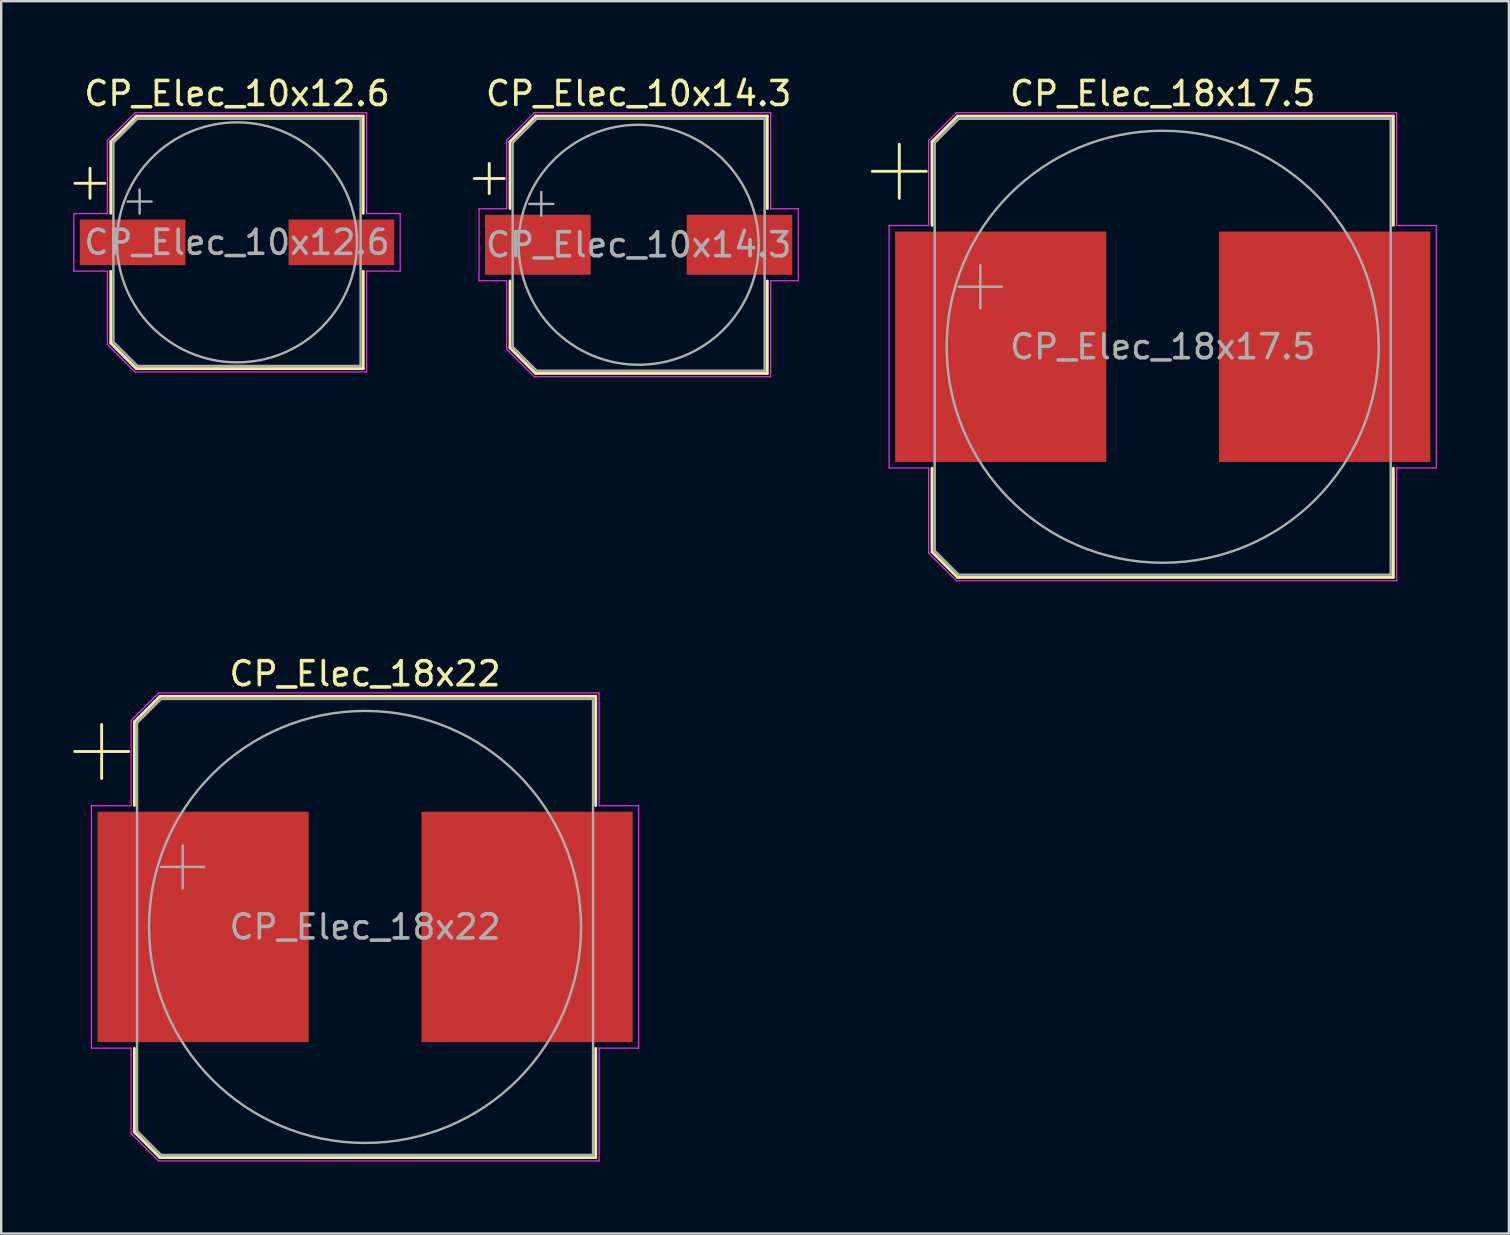
<source format=kicad_pcb>
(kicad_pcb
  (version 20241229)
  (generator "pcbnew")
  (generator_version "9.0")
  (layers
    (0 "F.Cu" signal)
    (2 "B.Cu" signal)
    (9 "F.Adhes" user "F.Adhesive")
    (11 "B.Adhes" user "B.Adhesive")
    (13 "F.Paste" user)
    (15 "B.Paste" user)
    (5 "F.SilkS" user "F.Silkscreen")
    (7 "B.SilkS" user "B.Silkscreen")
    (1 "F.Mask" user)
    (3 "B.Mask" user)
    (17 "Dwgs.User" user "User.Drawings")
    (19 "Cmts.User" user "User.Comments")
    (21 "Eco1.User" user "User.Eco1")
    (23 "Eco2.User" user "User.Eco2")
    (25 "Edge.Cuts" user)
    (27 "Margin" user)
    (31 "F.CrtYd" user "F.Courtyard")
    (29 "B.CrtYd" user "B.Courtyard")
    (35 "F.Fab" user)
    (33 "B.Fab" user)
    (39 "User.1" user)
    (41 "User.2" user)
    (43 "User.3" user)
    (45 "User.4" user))
  (footprint "CP_Elec_10x12.6"
    (layer "F.Cu")
    (at 6.825 7.048)
    (property "Reference" "CP_Elec_10x12.6" (at 0 -6.2 0) (layer "F.SilkS") (effects (font (size 1 1) (thickness 0.15))))
    (attr smd)
    (fp_line (start -6.75 -2.46) (end -5.5 -2.46) (stroke (width 0.12) (type solid)) (layer "F.SilkS"))
    (fp_line (start -6.125 -3.085) (end -6.125 -1.835) (stroke (width 0.12) (type solid)) (layer "F.SilkS"))
    (fp_line (start -5.26 -4.196) (end -5.26 -1.21) (stroke (width 0.12) (type solid)) (layer "F.SilkS"))
    (fp_line (start -5.26 -4.196) (end -4.196 -5.26) (stroke (width 0.12) (type solid)) (layer "F.SilkS"))
    (fp_line (start -5.26 4.196) (end -5.26 1.21) (stroke (width 0.12) (type solid)) (layer "F.SilkS"))
    (fp_line (start -5.26 4.196) (end -4.196 5.26) (stroke (width 0.12) (type solid)) (layer "F.SilkS"))
    (fp_line (start -4.196 -5.26) (end 5.26 -5.26) (stroke (width 0.12) (type solid)) (layer "F.SilkS"))
    (fp_line (start -4.196 5.26) (end 5.26 5.26) (stroke (width 0.12) (type solid)) (layer "F.SilkS"))
    (fp_line (start 5.26 -5.26) (end 5.26 -1.21) (stroke (width 0.12) (type solid)) (layer "F.SilkS"))
    (fp_line (start 5.26 5.26) (end 5.26 1.21) (stroke (width 0.12) (type solid)) (layer "F.SilkS"))
    (fp_line (start -6.8 -1.2) (end -6.8 1.2) (stroke (width 0.05) (type solid)) (layer "F.CrtYd"))
    (fp_line (start -6.8 1.2) (end -5.4 1.2) (stroke (width 0.05) (type solid)) (layer "F.CrtYd"))
    (fp_line (start -5.4 -4.25) (end -5.4 -1.2) (stroke (width 0.05) (type solid)) (layer "F.CrtYd"))
    (fp_line (start -5.4 -4.25) (end -4.25 -5.4) (stroke (width 0.05) (type solid)) (layer "F.CrtYd"))
    (fp_line (start -5.4 -1.2) (end -6.8 -1.2) (stroke (width 0.05) (type solid)) (layer "F.CrtYd"))
    (fp_line (start -5.4 1.2) (end -5.4 4.25) (stroke (width 0.05) (type solid)) (layer "F.CrtYd"))
    (fp_line (start -5.4 4.25) (end -4.25 5.4) (stroke (width 0.05) (type solid)) (layer "F.CrtYd"))
    (fp_line (start -4.25 -5.4) (end 5.4 -5.4) (stroke (width 0.05) (type solid)) (layer "F.CrtYd"))
    (fp_line (start -4.25 5.4) (end 5.4 5.4) (stroke (width 0.05) (type solid)) (layer "F.CrtYd"))
    (fp_line (start 5.4 -5.4) (end 5.4 -1.2) (stroke (width 0.05) (type solid)) (layer "F.CrtYd"))
    (fp_line (start 5.4 -1.2) (end 6.8 -1.2) (stroke (width 0.05) (type solid)) (layer "F.CrtYd"))
    (fp_line (start 5.4 1.2) (end 5.4 5.4) (stroke (width 0.05) (type solid)) (layer "F.CrtYd"))
    (fp_line (start 6.8 -1.2) (end 6.8 1.2) (stroke (width 0.05) (type solid)) (layer "F.CrtYd"))
    (fp_line (start 6.8 1.2) (end 5.4 1.2) (stroke (width 0.05) (type solid)) (layer "F.CrtYd"))
    (fp_line (start -5.15 -4.15) (end -5.15 4.15) (stroke (width 0.1) (type solid)) (layer "F.Fab"))
    (fp_line (start -5.15 -4.15) (end -4.15 -5.15) (stroke (width 0.1) (type solid)) (layer "F.Fab"))
    (fp_line (start -5.15 4.15) (end -4.15 5.15) (stroke (width 0.1) (type solid)) (layer "F.Fab"))
    (fp_line (start -4.558 -1.7) (end -3.558 -1.7) (stroke (width 0.1) (type solid)) (layer "F.Fab"))
    (fp_line (start -4.15 -5.15) (end 5.15 -5.15) (stroke (width 0.1) (type solid)) (layer "F.Fab"))
    (fp_line (start -4.15 5.15) (end 5.15 5.15) (stroke (width 0.1) (type solid)) (layer "F.Fab"))
    (fp_line (start -4.058 -2.2) (end -4.058 -1.2) (stroke (width 0.1) (type solid)) (layer "F.Fab"))
    (fp_line (start 5.15 -5.15) (end 5.15 5.15) (stroke (width 0.1) (type solid)) (layer "F.Fab"))
    (fp_circle (center 0 0) (end 5 0) (stroke (width 0.1) (type solid)) (fill no) (layer "F.Fab"))
    (fp_text user "${REFERENCE}" (at 0 0 0) (layer "F.Fab") (effects (font (size 1 1) (thickness 0.15))))
    (pad "1" smd rect (at -4.35 0) (size 4.4 1.9) (layers "F.Cu" "F.Mask" "F.Paste"))
    (pad "2" smd rect (at 4.35 0) (size 4.4 1.9) (layers "F.Cu" "F.Mask" "F.Paste")))
  (footprint "CP_Elec_18x22"
    (layer "F.Cu")
    (at 12.16 35.572)
    (property "Reference" "CP_Elec_18x22" (at 0 -10.55 0) (layer "F.SilkS") (effects (font (size 1 1) (thickness 0.15))))
    (attr smd)
    (fp_line (start -12.1 -7.31) (end -9.85 -7.31) (stroke (width 0.12) (type solid)) (layer "F.SilkS"))
    (fp_line (start -10.975 -8.435) (end -10.975 -6.185) (stroke (width 0.12) (type solid)) (layer "F.SilkS"))
    (fp_line (start -9.61 -8.546) (end -9.61 -5.06) (stroke (width 0.12) (type solid)) (layer "F.SilkS"))
    (fp_line (start -9.61 -8.546) (end -8.546 -9.61) (stroke (width 0.12) (type solid)) (layer "F.SilkS"))
    (fp_line (start -9.61 8.546) (end -9.61 5.06) (stroke (width 0.12) (type solid)) (layer "F.SilkS"))
    (fp_line (start -9.61 8.546) (end -8.546 9.61) (stroke (width 0.12) (type solid)) (layer "F.SilkS"))
    (fp_line (start -8.546 -9.61) (end 9.61 -9.61) (stroke (width 0.12) (type solid)) (layer "F.SilkS"))
    (fp_line (start -8.546 9.61) (end 9.61 9.61) (stroke (width 0.12) (type solid)) (layer "F.SilkS"))
    (fp_line (start 9.61 -9.61) (end 9.61 -5.06) (stroke (width 0.12) (type solid)) (layer "F.SilkS"))
    (fp_line (start 9.61 9.61) (end 9.61 5.06) (stroke (width 0.12) (type solid)) (layer "F.SilkS"))
    (fp_line (start -11.4 -5.05) (end -11.4 5.05) (stroke (width 0.05) (type solid)) (layer "F.CrtYd"))
    (fp_line (start -11.4 5.05) (end -9.75 5.05) (stroke (width 0.05) (type solid)) (layer "F.CrtYd"))
    (fp_line (start -9.75 -8.6) (end -9.75 -5.05) (stroke (width 0.05) (type solid)) (layer "F.CrtYd"))
    (fp_line (start -9.75 -8.6) (end -8.6 -9.75) (stroke (width 0.05) (type solid)) (layer "F.CrtYd"))
    (fp_line (start -9.75 -5.05) (end -11.4 -5.05) (stroke (width 0.05) (type solid)) (layer "F.CrtYd"))
    (fp_line (start -9.75 5.05) (end -9.75 8.6) (stroke (width 0.05) (type solid)) (layer "F.CrtYd"))
    (fp_line (start -9.75 8.6) (end -8.6 9.75) (stroke (width 0.05) (type solid)) (layer "F.CrtYd"))
    (fp_line (start -8.6 -9.75) (end 9.75 -9.75) (stroke (width 0.05) (type solid)) (layer "F.CrtYd"))
    (fp_line (start -8.6 9.75) (end 9.75 9.75) (stroke (width 0.05) (type solid)) (layer "F.CrtYd"))
    (fp_line (start 9.75 -9.75) (end 9.75 -5.05) (stroke (width 0.05) (type solid)) (layer "F.CrtYd"))
    (fp_line (start 9.75 -5.05) (end 11.4 -5.05) (stroke (width 0.05) (type solid)) (layer "F.CrtYd"))
    (fp_line (start 9.75 5.05) (end 9.75 9.75) (stroke (width 0.05) (type solid)) (layer "F.CrtYd"))
    (fp_line (start 11.4 -5.05) (end 11.4 5.05) (stroke (width 0.05) (type solid)) (layer "F.CrtYd"))
    (fp_line (start 11.4 5.05) (end 9.75 5.05) (stroke (width 0.05) (type solid)) (layer "F.CrtYd"))
    (fp_line (start -9.5 -8.5) (end -9.5 8.5) (stroke (width 0.1) (type solid)) (layer "F.Fab"))
    (fp_line (start -9.5 -8.5) (end -8.5 -9.5) (stroke (width 0.1) (type solid)) (layer "F.Fab"))
    (fp_line (start -9.5 8.5) (end -8.5 9.5) (stroke (width 0.1) (type solid)) (layer "F.Fab"))
    (fp_line (start -8.5 -9.5) (end 9.5 -9.5) (stroke (width 0.1) (type solid)) (layer "F.Fab"))
    (fp_line (start -8.5 9.5) (end 9.5 9.5) (stroke (width 0.1) (type solid)) (layer "F.Fab"))
    (fp_line (start -8.499 -2.5) (end -6.699 -2.5) (stroke (width 0.1) (type solid)) (layer "F.Fab"))
    (fp_line (start -7.599 -3.4) (end -7.599 -1.6) (stroke (width 0.1) (type solid)) (layer "F.Fab"))
    (fp_line (start 9.5 -9.5) (end 9.5 9.5) (stroke (width 0.1) (type solid)) (layer "F.Fab"))
    (fp_circle (center 0 0) (end 9 0) (stroke (width 0.1) (type solid)) (fill no) (layer "F.Fab"))
    (fp_text user "${REFERENCE}" (at 0 0 0) (layer "F.Fab") (effects (font (size 1 1) (thickness 0.15))))
    (pad "1" smd rect (at -6.75 0) (size 8.8 9.6) (layers "F.Cu" "F.Mask" "F.Paste"))
    (pad "2" smd rect (at 6.75 0) (size 8.8 9.6) (layers "F.Cu" "F.Mask" "F.Paste")))
  (footprint "CP_Elec_10x14.3"
    (layer "F.Cu")
    (at 23.56 7.148)
    (property "Reference" "CP_Elec_10x14.3" (at 0 -6.3 0) (layer "F.SilkS") (effects (font (size 1 1) (thickness 0.15))))
    (attr smd)
    (fp_line (start -6.85 -2.76) (end -5.6 -2.76) (stroke (width 0.12) (type solid)) (layer "F.SilkS"))
    (fp_line (start -6.225 -3.385) (end -6.225 -2.135) (stroke (width 0.12) (type solid)) (layer "F.SilkS"))
    (fp_line (start -5.36 -4.296) (end -5.36 -1.51) (stroke (width 0.12) (type solid)) (layer "F.SilkS"))
    (fp_line (start -5.36 -4.296) (end -4.296 -5.36) (stroke (width 0.12) (type solid)) (layer "F.SilkS"))
    (fp_line (start -5.36 4.296) (end -5.36 1.51) (stroke (width 0.12) (type solid)) (layer "F.SilkS"))
    (fp_line (start -5.36 4.296) (end -4.296 5.36) (stroke (width 0.12) (type solid)) (layer "F.SilkS"))
    (fp_line (start -4.296 -5.36) (end 5.36 -5.36) (stroke (width 0.12) (type solid)) (layer "F.SilkS"))
    (fp_line (start -4.296 5.36) (end 5.36 5.36) (stroke (width 0.12) (type solid)) (layer "F.SilkS"))
    (fp_line (start 5.36 -5.36) (end 5.36 -1.51) (stroke (width 0.12) (type solid)) (layer "F.SilkS"))
    (fp_line (start 5.36 5.36) (end 5.36 1.51) (stroke (width 0.12) (type solid)) (layer "F.SilkS"))
    (fp_line (start -6.65 -1.5) (end -6.65 1.5) (stroke (width 0.05) (type solid)) (layer "F.CrtYd"))
    (fp_line (start -6.65 1.5) (end -5.5 1.5) (stroke (width 0.05) (type solid)) (layer "F.CrtYd"))
    (fp_line (start -5.5 -4.35) (end -5.5 -1.5) (stroke (width 0.05) (type solid)) (layer "F.CrtYd"))
    (fp_line (start -5.5 -4.35) (end -4.35 -5.5) (stroke (width 0.05) (type solid)) (layer "F.CrtYd"))
    (fp_line (start -5.5 -1.5) (end -6.65 -1.5) (stroke (width 0.05) (type solid)) (layer "F.CrtYd"))
    (fp_line (start -5.5 1.5) (end -5.5 4.35) (stroke (width 0.05) (type solid)) (layer "F.CrtYd"))
    (fp_line (start -5.5 4.35) (end -4.35 5.5) (stroke (width 0.05) (type solid)) (layer "F.CrtYd"))
    (fp_line (start -4.35 -5.5) (end 5.5 -5.5) (stroke (width 0.05) (type solid)) (layer "F.CrtYd"))
    (fp_line (start -4.35 5.5) (end 5.5 5.5) (stroke (width 0.05) (type solid)) (layer "F.CrtYd"))
    (fp_line (start 5.5 -5.5) (end 5.5 -1.5) (stroke (width 0.05) (type solid)) (layer "F.CrtYd"))
    (fp_line (start 5.5 -1.5) (end 6.65 -1.5) (stroke (width 0.05) (type solid)) (layer "F.CrtYd"))
    (fp_line (start 5.5 1.5) (end 5.5 5.5) (stroke (width 0.05) (type solid)) (layer "F.CrtYd"))
    (fp_line (start 6.65 -1.5) (end 6.65 1.5) (stroke (width 0.05) (type solid)) (layer "F.CrtYd"))
    (fp_line (start 6.65 1.5) (end 5.5 1.5) (stroke (width 0.05) (type solid)) (layer "F.CrtYd"))
    (fp_line (start -5.25 -4.25) (end -5.25 4.25) (stroke (width 0.1) (type solid)) (layer "F.Fab"))
    (fp_line (start -5.25 -4.25) (end -4.25 -5.25) (stroke (width 0.1) (type solid)) (layer "F.Fab"))
    (fp_line (start -5.25 4.25) (end -4.25 5.25) (stroke (width 0.1) (type solid)) (layer "F.Fab"))
    (fp_line (start -4.558 -1.7) (end -3.558 -1.7) (stroke (width 0.1) (type solid)) (layer "F.Fab"))
    (fp_line (start -4.25 -5.25) (end 5.25 -5.25) (stroke (width 0.1) (type solid)) (layer "F.Fab"))
    (fp_line (start -4.25 5.25) (end 5.25 5.25) (stroke (width 0.1) (type solid)) (layer "F.Fab"))
    (fp_line (start -4.058 -2.2) (end -4.058 -1.2) (stroke (width 0.1) (type solid)) (layer "F.Fab"))
    (fp_line (start 5.25 -5.25) (end 5.25 5.25) (stroke (width 0.1) (type solid)) (layer "F.Fab"))
    (fp_circle (center 0 0) (end 5 0) (stroke (width 0.1) (type solid)) (fill no) (layer "F.Fab"))
    (fp_text user "${REFERENCE}" (at 0 0 0) (layer "F.Fab") (effects (font (size 1 1) (thickness 0.15))))
    (pad "1" smd rect (at -4.2 0) (size 4.4 2.5) (layers "F.Cu" "F.Mask" "F.Paste"))
    (pad "2" smd rect (at 4.2 0) (size 4.4 2.5) (layers "F.Cu" "F.Mask" "F.Paste")))
  (footprint "CP_Elec_18x17.5"
    (layer "F.Cu")
    (at 45.395 11.398)
    (property "Reference" "CP_Elec_18x17.5" (at 0 -10.55 0) (layer "F.SilkS") (effects (font (size 1 1) (thickness 0.15))))
    (attr smd)
    (fp_line (start -12.1 -7.31) (end -9.85 -7.31) (stroke (width 0.12) (type solid)) (layer "F.SilkS"))
    (fp_line (start -10.975 -8.435) (end -10.975 -6.185) (stroke (width 0.12) (type solid)) (layer "F.SilkS"))
    (fp_line (start -9.61 -8.546) (end -9.61 -5.06) (stroke (width 0.12) (type solid)) (layer "F.SilkS"))
    (fp_line (start -9.61 -8.546) (end -8.546 -9.61) (stroke (width 0.12) (type solid)) (layer "F.SilkS"))
    (fp_line (start -9.61 8.546) (end -9.61 5.06) (stroke (width 0.12) (type solid)) (layer "F.SilkS"))
    (fp_line (start -9.61 8.546) (end -8.546 9.61) (stroke (width 0.12) (type solid)) (layer "F.SilkS"))
    (fp_line (start -8.546 -9.61) (end 9.61 -9.61) (stroke (width 0.12) (type solid)) (layer "F.SilkS"))
    (fp_line (start -8.546 9.61) (end 9.61 9.61) (stroke (width 0.12) (type solid)) (layer "F.SilkS"))
    (fp_line (start 9.61 -9.61) (end 9.61 -5.06) (stroke (width 0.12) (type solid)) (layer "F.SilkS"))
    (fp_line (start 9.61 9.61) (end 9.61 5.06) (stroke (width 0.12) (type solid)) (layer "F.SilkS"))
    (fp_line (start -11.4 -5.05) (end -11.4 5.05) (stroke (width 0.05) (type solid)) (layer "F.CrtYd"))
    (fp_line (start -11.4 5.05) (end -9.75 5.05) (stroke (width 0.05) (type solid)) (layer "F.CrtYd"))
    (fp_line (start -9.75 -8.6) (end -9.75 -5.05) (stroke (width 0.05) (type solid)) (layer "F.CrtYd"))
    (fp_line (start -9.75 -8.6) (end -8.6 -9.75) (stroke (width 0.05) (type solid)) (layer "F.CrtYd"))
    (fp_line (start -9.75 -5.05) (end -11.4 -5.05) (stroke (width 0.05) (type solid)) (layer "F.CrtYd"))
    (fp_line (start -9.75 5.05) (end -9.75 8.6) (stroke (width 0.05) (type solid)) (layer "F.CrtYd"))
    (fp_line (start -9.75 8.6) (end -8.6 9.75) (stroke (width 0.05) (type solid)) (layer "F.CrtYd"))
    (fp_line (start -8.6 -9.75) (end 9.75 -9.75) (stroke (width 0.05) (type solid)) (layer "F.CrtYd"))
    (fp_line (start -8.6 9.75) (end 9.75 9.75) (stroke (width 0.05) (type solid)) (layer "F.CrtYd"))
    (fp_line (start 9.75 -9.75) (end 9.75 -5.05) (stroke (width 0.05) (type solid)) (layer "F.CrtYd"))
    (fp_line (start 9.75 -5.05) (end 11.4 -5.05) (stroke (width 0.05) (type solid)) (layer "F.CrtYd"))
    (fp_line (start 9.75 5.05) (end 9.75 9.75) (stroke (width 0.05) (type solid)) (layer "F.CrtYd"))
    (fp_line (start 11.4 -5.05) (end 11.4 5.05) (stroke (width 0.05) (type solid)) (layer "F.CrtYd"))
    (fp_line (start 11.4 5.05) (end 9.75 5.05) (stroke (width 0.05) (type solid)) (layer "F.CrtYd"))
    (fp_line (start -9.5 -8.5) (end -9.5 8.5) (stroke (width 0.1) (type solid)) (layer "F.Fab"))
    (fp_line (start -9.5 -8.5) (end -8.5 -9.5) (stroke (width 0.1) (type solid)) (layer "F.Fab"))
    (fp_line (start -9.5 8.5) (end -8.5 9.5) (stroke (width 0.1) (type solid)) (layer "F.Fab"))
    (fp_line (start -8.5 -9.5) (end 9.5 -9.5) (stroke (width 0.1) (type solid)) (layer "F.Fab"))
    (fp_line (start -8.5 9.5) (end 9.5 9.5) (stroke (width 0.1) (type solid)) (layer "F.Fab"))
    (fp_line (start -8.499 -2.5) (end -6.699 -2.5) (stroke (width 0.1) (type solid)) (layer "F.Fab"))
    (fp_line (start -7.599 -3.4) (end -7.599 -1.6) (stroke (width 0.1) (type solid)) (layer "F.Fab"))
    (fp_line (start 9.5 -9.5) (end 9.5 9.5) (stroke (width 0.1) (type solid)) (layer "F.Fab"))
    (fp_circle (center 0 0) (end 9 0) (stroke (width 0.1) (type solid)) (fill no) (layer "F.Fab"))
    (fp_text user "${REFERENCE}" (at 0 0 0) (layer "F.Fab") (effects (font (size 1 1) (thickness 0.15))))
    (pad "1" smd rect (at -6.75 0) (size 8.8 9.6) (layers "F.Cu" "F.Mask" "F.Paste"))
    (pad "2" smd rect (at 6.75 0) (size 8.8 9.6) (layers "F.Cu" "F.Mask" "F.Paste")))
  (gr_rect
    (start -3 -3)
    (end 59.82 48.346)
    (stroke (width 0.1) (type default))
    (fill no)
    (layer "Edge.Cuts")))
</source>
